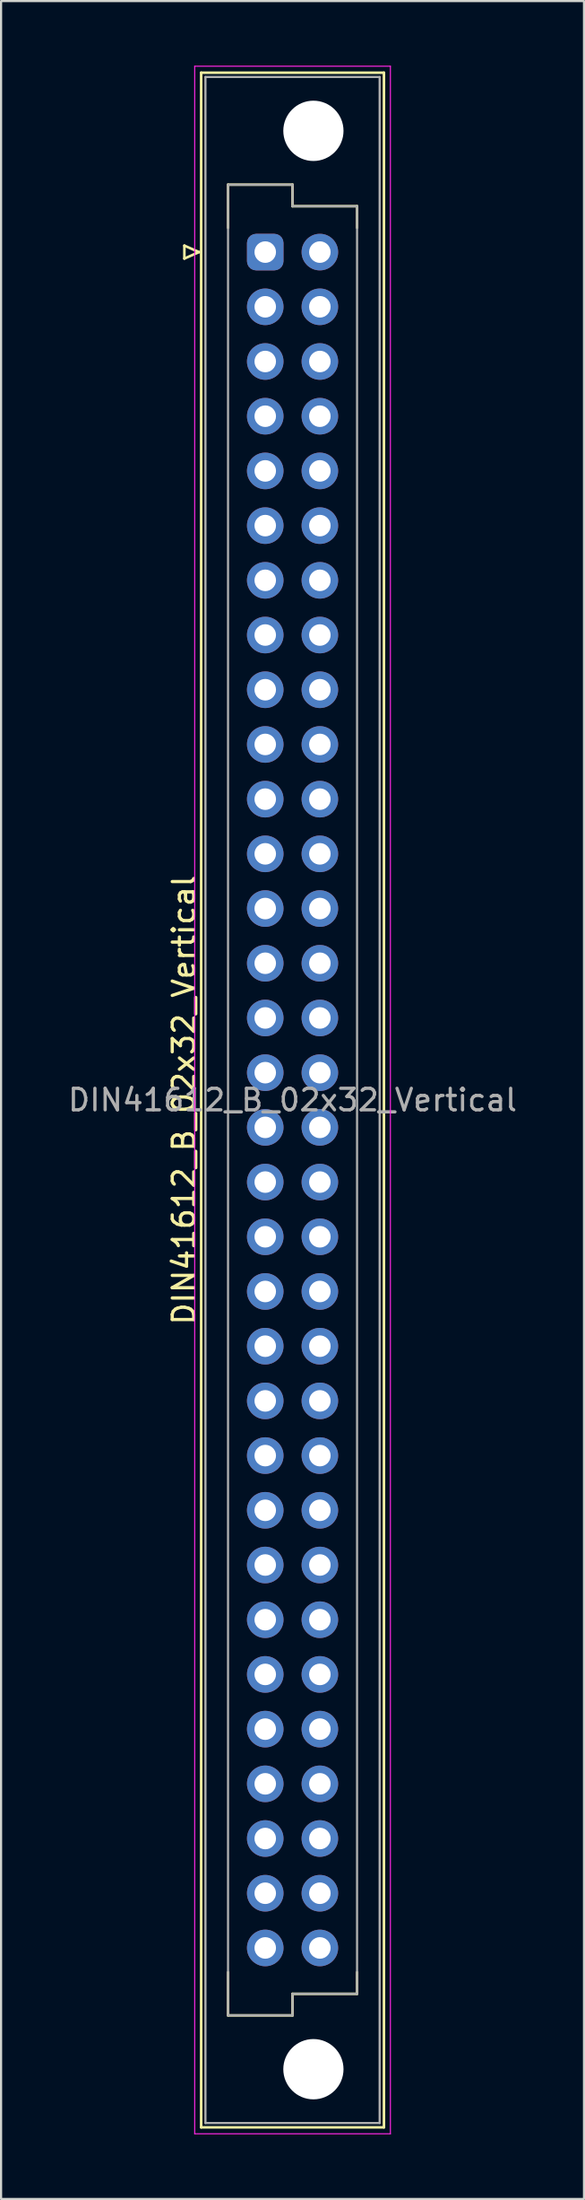
<source format=kicad_pcb>
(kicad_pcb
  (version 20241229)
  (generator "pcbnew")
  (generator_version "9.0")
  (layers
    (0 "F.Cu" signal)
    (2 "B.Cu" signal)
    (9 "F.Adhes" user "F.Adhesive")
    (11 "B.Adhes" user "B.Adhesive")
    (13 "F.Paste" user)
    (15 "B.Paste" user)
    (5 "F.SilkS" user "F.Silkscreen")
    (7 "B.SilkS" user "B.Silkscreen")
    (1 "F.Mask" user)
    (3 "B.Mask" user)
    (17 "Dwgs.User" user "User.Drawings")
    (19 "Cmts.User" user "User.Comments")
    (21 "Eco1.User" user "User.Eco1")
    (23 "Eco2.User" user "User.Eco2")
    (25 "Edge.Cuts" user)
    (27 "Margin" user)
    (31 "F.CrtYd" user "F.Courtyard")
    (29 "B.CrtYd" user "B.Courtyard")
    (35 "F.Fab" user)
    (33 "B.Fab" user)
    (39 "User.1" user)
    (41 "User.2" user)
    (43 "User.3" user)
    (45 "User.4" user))
  (footprint "DIN41612_B_02x32_Vertical"
    (layer "F.Cu")
    (at 9.284 8.655)
    (property "Reference" "DIN41612_B_02x32_Vertical" (at -3.78 39.37 90) (layer "F.SilkS") (effects (font (size 1 1) (thickness 0.15))))
    (attr through_hole)
    (fp_line (start -3.76 -0.3) (end -3.76 0.3) (stroke (width 0.12) (type solid)) (layer "F.SilkS"))
    (fp_line (start -3.76 0.3) (end -3.08 0) (stroke (width 0.12) (type solid)) (layer "F.SilkS"))
    (fp_line (start -3.08 0) (end -3.76 -0.3) (stroke (width 0.12) (type solid)) (layer "F.SilkS"))
    (fp_line (start -2.98 -8.33) (end 5.52 -8.33) (stroke (width 0.12) (type solid)) (layer "F.SilkS"))
    (fp_line (start -2.98 87.07) (end -2.98 -8.33) (stroke (width 0.12) (type solid)) (layer "F.SilkS"))
    (fp_line (start -1.73 -3.13) (end 1.27 -3.13) (stroke (width 0.12) (type solid)) (layer "F.SilkS"))
    (fp_line (start -1.73 -1.13) (end -1.73 -3.13) (stroke (width 0.12) (type solid)) (layer "F.SilkS"))
    (fp_line (start -1.73 79.87) (end -1.73 81.87) (stroke (width 0.12) (type solid)) (layer "F.SilkS"))
    (fp_line (start -1.73 81.87) (end 1.27 81.87) (stroke (width 0.12) (type solid)) (layer "F.SilkS"))
    (fp_line (start 1.27 -3.13) (end 1.27 -2.13) (stroke (width 0.12) (type solid)) (layer "F.SilkS"))
    (fp_line (start 1.27 -2.13) (end 4.27 -2.13) (stroke (width 0.12) (type solid)) (layer "F.SilkS"))
    (fp_line (start 1.27 80.87) (end 4.27 80.87) (stroke (width 0.12) (type solid)) (layer "F.SilkS"))
    (fp_line (start 1.27 81.87) (end 1.27 80.87) (stroke (width 0.12) (type solid)) (layer "F.SilkS"))
    (fp_line (start 4.27 -2.13) (end 4.27 -1.13) (stroke (width 0.12) (type solid)) (layer "F.SilkS"))
    (fp_line (start 4.27 80.87) (end 4.27 79.87) (stroke (width 0.12) (type solid)) (layer "F.SilkS"))
    (fp_line (start 5.52 -8.33) (end 5.52 87.07) (stroke (width 0.12) (type solid)) (layer "F.SilkS"))
    (fp_line (start 5.52 87.07) (end -2.98 87.07) (stroke (width 0.12) (type solid)) (layer "F.SilkS"))
    (fp_line (start -3.28 -8.63) (end 5.82 -8.63) (stroke (width 0.05) (type solid)) (layer "F.CrtYd"))
    (fp_line (start -3.28 87.37) (end -3.28 -8.63) (stroke (width 0.05) (type solid)) (layer "F.CrtYd"))
    (fp_line (start 5.82 -8.63) (end 5.82 87.37) (stroke (width 0.05) (type solid)) (layer "F.CrtYd"))
    (fp_line (start 5.82 87.37) (end -3.28 87.37) (stroke (width 0.05) (type solid)) (layer "F.CrtYd"))
    (fp_line (start -2.78 -8.13) (end 5.32 -8.13) (stroke (width 0.1) (type solid)) (layer "F.Fab"))
    (fp_line (start -2.78 86.87) (end -2.78 -8.13) (stroke (width 0.1) (type solid)) (layer "F.Fab"))
    (fp_line (start -1.73 -3.13) (end 1.27 -3.13) (stroke (width 0.1) (type solid)) (layer "F.Fab"))
    (fp_line (start -1.73 81.87) (end -1.73 -3.13) (stroke (width 0.1) (type solid)) (layer "F.Fab"))
    (fp_line (start 1.27 -3.13) (end 1.27 -2.13) (stroke (width 0.1) (type solid)) (layer "F.Fab"))
    (fp_line (start 1.27 -2.13) (end 4.27 -2.13) (stroke (width 0.1) (type solid)) (layer "F.Fab"))
    (fp_line (start 1.27 80.87) (end 1.27 81.87) (stroke (width 0.1) (type solid)) (layer "F.Fab"))
    (fp_line (start 1.27 81.87) (end -1.73 81.87) (stroke (width 0.1) (type solid)) (layer "F.Fab"))
    (fp_line (start 4.27 -2.13) (end 4.27 80.87) (stroke (width 0.1) (type solid)) (layer "F.Fab"))
    (fp_line (start 4.27 80.87) (end 1.27 80.87) (stroke (width 0.1) (type solid)) (layer "F.Fab"))
    (fp_line (start 5.32 -8.13) (end 5.32 86.87) (stroke (width 0.1) (type solid)) (layer "F.Fab"))
    (fp_line (start 5.32 86.87) (end -2.78 86.87) (stroke (width 0.1) (type solid)) (layer "F.Fab"))
    (fp_text user "${REFERENCE}" (at 1.27 39.37 0) (layer "F.Fab") (effects (font (size 1 1) (thickness 0.15))))
    (pad "" np_thru_hole circle (at 2.24 -5.63) (size 2.8 2.8) (drill 2.8) (layers "*.Cu" "*.Mask"))
    (pad "" np_thru_hole circle (at 2.24 84.37) (size 2.8 2.8) (drill 2.8) (layers "*.Cu" "*.Mask"))
    (pad "a1" thru_hole roundrect (at 0 0) (size 1.7 1.7) (drill 1) (layers "*.Cu" "*.Mask") (roundrect_rratio 0.25))
    (pad "a2" thru_hole circle (at 0 2.54) (size 1.7 1.7) (drill 1) (layers "*.Cu" "*.Mask"))
    (pad "a3" thru_hole circle (at 0 5.08) (size 1.7 1.7) (drill 1) (layers "*.Cu" "*.Mask"))
    (pad "a4" thru_hole circle (at 0 7.62) (size 1.7 1.7) (drill 1) (layers "*.Cu" "*.Mask"))
    (pad "a5" thru_hole circle (at 0 10.16) (size 1.7 1.7) (drill 1) (layers "*.Cu" "*.Mask"))
    (pad "a6" thru_hole circle (at 0 12.7) (size 1.7 1.7) (drill 1) (layers "*.Cu" "*.Mask"))
    (pad "a7" thru_hole circle (at 0 15.24) (size 1.7 1.7) (drill 1) (layers "*.Cu" "*.Mask"))
    (pad "a8" thru_hole circle (at 0 17.78) (size 1.7 1.7) (drill 1) (layers "*.Cu" "*.Mask"))
    (pad "a9" thru_hole circle (at 0 20.32) (size 1.7 1.7) (drill 1) (layers "*.Cu" "*.Mask"))
    (pad "a10" thru_hole circle (at 0 22.86) (size 1.7 1.7) (drill 1) (layers "*.Cu" "*.Mask"))
    (pad "a11" thru_hole circle (at 0 25.4) (size 1.7 1.7) (drill 1) (layers "*.Cu" "*.Mask"))
    (pad "a12" thru_hole circle (at 0 27.94) (size 1.7 1.7) (drill 1) (layers "*.Cu" "*.Mask"))
    (pad "a13" thru_hole circle (at 0 30.48) (size 1.7 1.7) (drill 1) (layers "*.Cu" "*.Mask"))
    (pad "a14" thru_hole circle (at 0 33.02) (size 1.7 1.7) (drill 1) (layers "*.Cu" "*.Mask"))
    (pad "a15" thru_hole circle (at 0 35.56) (size 1.7 1.7) (drill 1) (layers "*.Cu" "*.Mask"))
    (pad "a16" thru_hole circle (at 0 38.1) (size 1.7 1.7) (drill 1) (layers "*.Cu" "*.Mask"))
    (pad "a17" thru_hole circle (at 0 40.64) (size 1.7 1.7) (drill 1) (layers "*.Cu" "*.Mask"))
    (pad "a18" thru_hole circle (at 0 43.18) (size 1.7 1.7) (drill 1) (layers "*.Cu" "*.Mask"))
    (pad "a19" thru_hole circle (at 0 45.72) (size 1.7 1.7) (drill 1) (layers "*.Cu" "*.Mask"))
    (pad "a20" thru_hole circle (at 0 48.26) (size 1.7 1.7) (drill 1) (layers "*.Cu" "*.Mask"))
    (pad "a21" thru_hole circle (at 0 50.8) (size 1.7 1.7) (drill 1) (layers "*.Cu" "*.Mask"))
    (pad "a22" thru_hole circle (at 0 53.34) (size 1.7 1.7) (drill 1) (layers "*.Cu" "*.Mask"))
    (pad "a23" thru_hole circle (at 0 55.88) (size 1.7 1.7) (drill 1) (layers "*.Cu" "*.Mask"))
    (pad "a24" thru_hole circle (at 0 58.42) (size 1.7 1.7) (drill 1) (layers "*.Cu" "*.Mask"))
    (pad "a25" thru_hole circle (at 0 60.96) (size 1.7 1.7) (drill 1) (layers "*.Cu" "*.Mask"))
    (pad "a26" thru_hole circle (at 0 63.5) (size 1.7 1.7) (drill 1) (layers "*.Cu" "*.Mask"))
    (pad "a27" thru_hole circle (at 0 66.04) (size 1.7 1.7) (drill 1) (layers "*.Cu" "*.Mask"))
    (pad "a28" thru_hole circle (at 0 68.58) (size 1.7 1.7) (drill 1) (layers "*.Cu" "*.Mask"))
    (pad "a29" thru_hole circle (at 0 71.12) (size 1.7 1.7) (drill 1) (layers "*.Cu" "*.Mask"))
    (pad "a30" thru_hole circle (at 0 73.66) (size 1.7 1.7) (drill 1) (layers "*.Cu" "*.Mask"))
    (pad "a31" thru_hole circle (at 0 76.2) (size 1.7 1.7) (drill 1) (layers "*.Cu" "*.Mask"))
    (pad "a32" thru_hole circle (at 0 78.74) (size 1.7 1.7) (drill 1) (layers "*.Cu" "*.Mask"))
    (pad "b1" thru_hole circle (at 2.54 0) (size 1.7 1.7) (drill 1) (layers "*.Cu" "*.Mask"))
    (pad "b2" thru_hole circle (at 2.54 2.54) (size 1.7 1.7) (drill 1) (layers "*.Cu" "*.Mask"))
    (pad "b3" thru_hole circle (at 2.54 5.08) (size 1.7 1.7) (drill 1) (layers "*.Cu" "*.Mask"))
    (pad "b4" thru_hole circle (at 2.54 7.62) (size 1.7 1.7) (drill 1) (layers "*.Cu" "*.Mask"))
    (pad "b5" thru_hole circle (at 2.54 10.16) (size 1.7 1.7) (drill 1) (layers "*.Cu" "*.Mask"))
    (pad "b6" thru_hole circle (at 2.54 12.7) (size 1.7 1.7) (drill 1) (layers "*.Cu" "*.Mask"))
    (pad "b7" thru_hole circle (at 2.54 15.24) (size 1.7 1.7) (drill 1) (layers "*.Cu" "*.Mask"))
    (pad "b8" thru_hole circle (at 2.54 17.78) (size 1.7 1.7) (drill 1) (layers "*.Cu" "*.Mask"))
    (pad "b9" thru_hole circle (at 2.54 20.32) (size 1.7 1.7) (drill 1) (layers "*.Cu" "*.Mask"))
    (pad "b10" thru_hole circle (at 2.54 22.86) (size 1.7 1.7) (drill 1) (layers "*.Cu" "*.Mask"))
    (pad "b11" thru_hole circle (at 2.54 25.4) (size 1.7 1.7) (drill 1) (layers "*.Cu" "*.Mask"))
    (pad "b12" thru_hole circle (at 2.54 27.94) (size 1.7 1.7) (drill 1) (layers "*.Cu" "*.Mask"))
    (pad "b13" thru_hole circle (at 2.54 30.48) (size 1.7 1.7) (drill 1) (layers "*.Cu" "*.Mask"))
    (pad "b14" thru_hole circle (at 2.54 33.02) (size 1.7 1.7) (drill 1) (layers "*.Cu" "*.Mask"))
    (pad "b15" thru_hole circle (at 2.54 35.56) (size 1.7 1.7) (drill 1) (layers "*.Cu" "*.Mask"))
    (pad "b16" thru_hole circle (at 2.54 38.1) (size 1.7 1.7) (drill 1) (layers "*.Cu" "*.Mask"))
    (pad "b17" thru_hole circle (at 2.54 40.64) (size 1.7 1.7) (drill 1) (layers "*.Cu" "*.Mask"))
    (pad "b18" thru_hole circle (at 2.54 43.18) (size 1.7 1.7) (drill 1) (layers "*.Cu" "*.Mask"))
    (pad "b19" thru_hole circle (at 2.54 45.72) (size 1.7 1.7) (drill 1) (layers "*.Cu" "*.Mask"))
    (pad "b20" thru_hole circle (at 2.54 48.26) (size 1.7 1.7) (drill 1) (layers "*.Cu" "*.Mask"))
    (pad "b21" thru_hole circle (at 2.54 50.8) (size 1.7 1.7) (drill 1) (layers "*.Cu" "*.Mask"))
    (pad "b22" thru_hole circle (at 2.54 53.34) (size 1.7 1.7) (drill 1) (layers "*.Cu" "*.Mask"))
    (pad "b23" thru_hole circle (at 2.54 55.88) (size 1.7 1.7) (drill 1) (layers "*.Cu" "*.Mask"))
    (pad "b24" thru_hole circle (at 2.54 58.42) (size 1.7 1.7) (drill 1) (layers "*.Cu" "*.Mask"))
    (pad "b25" thru_hole circle (at 2.54 60.96) (size 1.7 1.7) (drill 1) (layers "*.Cu" "*.Mask"))
    (pad "b26" thru_hole circle (at 2.54 63.5) (size 1.7 1.7) (drill 1) (layers "*.Cu" "*.Mask"))
    (pad "b27" thru_hole circle (at 2.54 66.04) (size 1.7 1.7) (drill 1) (layers "*.Cu" "*.Mask"))
    (pad "b28" thru_hole circle (at 2.54 68.58) (size 1.7 1.7) (drill 1) (layers "*.Cu" "*.Mask"))
    (pad "b29" thru_hole circle (at 2.54 71.12) (size 1.7 1.7) (drill 1) (layers "*.Cu" "*.Mask"))
    (pad "b30" thru_hole circle (at 2.54 73.66) (size 1.7 1.7) (drill 1) (layers "*.Cu" "*.Mask"))
    (pad "b31" thru_hole circle (at 2.54 76.2) (size 1.7 1.7) (drill 1) (layers "*.Cu" "*.Mask"))
    (pad "b32" thru_hole circle (at 2.54 78.74) (size 1.7 1.7) (drill 1) (layers "*.Cu" "*.Mask")))
  (gr_rect
    (start -3 -3)
    (end 24.107 99.05)
    (stroke (width 0.1) (type default))
    (fill no)
    (layer "Edge.Cuts")))
</source>
